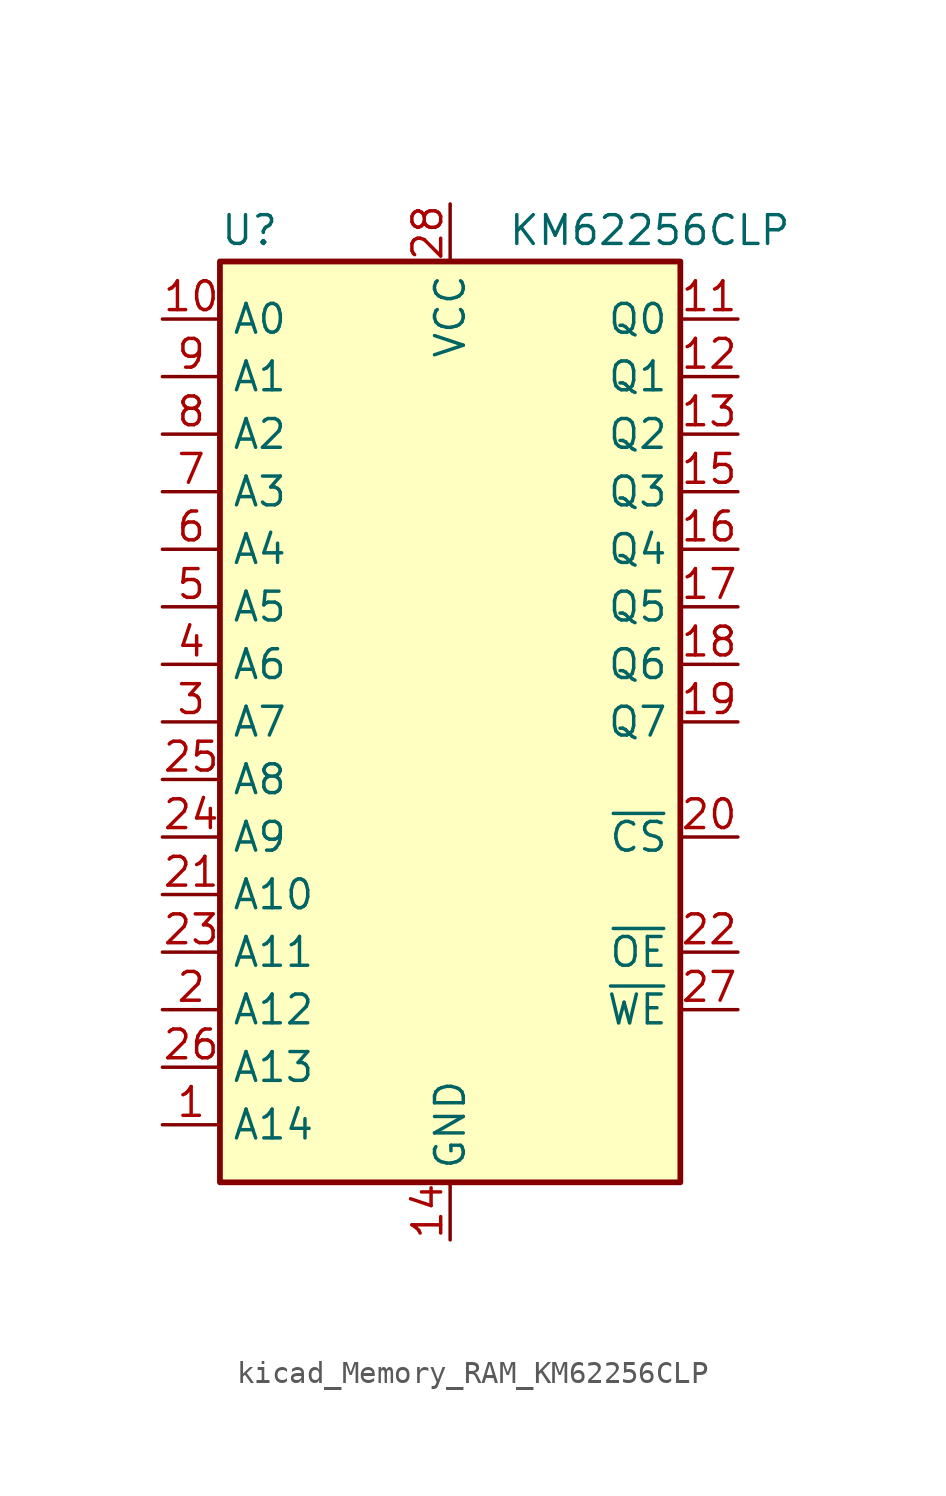
<source format=kicad_sym>
(kicad_symbol_lib
  (version 20220914)
  (generator kicad_symbol_editor)
  (symbol "kicad_Memory_RAM_KM62256CLP"
    (property "Reference" "U"
      (at -10.16 20.955 0)
      (effects (font (size 1.27 1.27)) (justify left bottom)))
    (property "Value" "KM62256CLP"
      (at 2.54 20.955 0)
      (effects (font (size 1.27 1.27)) (justify left bottom)))
    (symbol "kicad_Memory_RAM_KM62256CLP_0_0"
      (pin power_in line (at 0 -22.86 90) (length 2.54) (name "GND" (effects (font (size 1.27 1.27)))) (number "14" (effects (font (size 1.27 1.27)))))
      (pin power_in line (at 0 22.86 270) (length 2.54) (name "VCC" (effects (font (size 1.27 1.27)))) (number "28" (effects (font (size 1.27 1.27))))))
    (symbol "kicad_Memory_RAM_KM62256CLP_0_1"
      (rectangle (start -10.16 20.32) (end 10.16 -20.32) (stroke (width 0.254) (type default)) (fill (type background))))
    (symbol "kicad_Memory_RAM_KM62256CLP_1_1"
      (pin input line (at -12.7 -17.78 0) (length 2.54) (name "A14" (effects (font (size 1.27 1.27)))) (number "1" (effects (font (size 1.27 1.27)))))
      (pin input line (at -12.7 17.78 0) (length 2.54) (name "A0" (effects (font (size 1.27 1.27)))) (number "10" (effects (font (size 1.27 1.27)))))
      (pin tri_state line (at 12.7 17.78 180) (length 2.54) (name "Q0" (effects (font (size 1.27 1.27)))) (number "11" (effects (font (size 1.27 1.27)))))
      (pin tri_state line (at 12.7 15.24 180) (length 2.54) (name "Q1" (effects (font (size 1.27 1.27)))) (number "12" (effects (font (size 1.27 1.27)))))
      (pin tri_state line (at 12.7 12.7 180) (length 2.54) (name "Q2" (effects (font (size 1.27 1.27)))) (number "13" (effects (font (size 1.27 1.27)))))
      (pin tri_state line (at 12.7 10.16 180) (length 2.54) (name "Q3" (effects (font (size 1.27 1.27)))) (number "15" (effects (font (size 1.27 1.27)))))
      (pin tri_state line (at 12.7 7.62 180) (length 2.54) (name "Q4" (effects (font (size 1.27 1.27)))) (number "16" (effects (font (size 1.27 1.27)))))
      (pin tri_state line (at 12.7 5.08 180) (length 2.54) (name "Q5" (effects (font (size 1.27 1.27)))) (number "17" (effects (font (size 1.27 1.27)))))
      (pin tri_state line (at 12.7 2.54 180) (length 2.54) (name "Q6" (effects (font (size 1.27 1.27)))) (number "18" (effects (font (size 1.27 1.27)))))
      (pin tri_state line (at 12.7 0 180) (length 2.54) (name "Q7" (effects (font (size 1.27 1.27)))) (number "19" (effects (font (size 1.27 1.27)))))
      (pin input line (at -12.7 -12.7 0) (length 2.54) (name "A12" (effects (font (size 1.27 1.27)))) (number "2" (effects (font (size 1.27 1.27)))))
      (pin input line (at 12.7 -5.08 180) (length 2.54) (name "~{CS}" (effects (font (size 1.27 1.27)))) (number "20" (effects (font (size 1.27 1.27)))))
      (pin input line (at -12.7 -7.62 0) (length 2.54) (name "A10" (effects (font (size 1.27 1.27)))) (number "21" (effects (font (size 1.27 1.27)))))
      (pin input line (at 12.7 -10.16 180) (length 2.54) (name "~{OE}" (effects (font (size 1.27 1.27)))) (number "22" (effects (font (size 1.27 1.27)))))
      (pin input line (at -12.7 -10.16 0) (length 2.54) (name "A11" (effects (font (size 1.27 1.27)))) (number "23" (effects (font (size 1.27 1.27)))))
      (pin input line (at -12.7 -5.08 0) (length 2.54) (name "A9" (effects (font (size 1.27 1.27)))) (number "24" (effects (font (size 1.27 1.27)))))
      (pin input line (at -12.7 -2.54 0) (length 2.54) (name "A8" (effects (font (size 1.27 1.27)))) (number "25" (effects (font (size 1.27 1.27)))))
      (pin input line (at -12.7 -15.24 0) (length 2.54) (name "A13" (effects (font (size 1.27 1.27)))) (number "26" (effects (font (size 1.27 1.27)))))
      (pin input line (at 12.7 -12.7 180) (length 2.54) (name "~{WE}" (effects (font (size 1.27 1.27)))) (number "27" (effects (font (size 1.27 1.27)))))
      (pin input line (at -12.7 0 0) (length 2.54) (name "A7" (effects (font (size 1.27 1.27)))) (number "3" (effects (font (size 1.27 1.27)))))
      (pin input line (at -12.7 2.54 0) (length 2.54) (name "A6" (effects (font (size 1.27 1.27)))) (number "4" (effects (font (size 1.27 1.27)))))
      (pin input line (at -12.7 5.08 0) (length 2.54) (name "A5" (effects (font (size 1.27 1.27)))) (number "5" (effects (font (size 1.27 1.27)))))
      (pin input line (at -12.7 7.62 0) (length 2.54) (name "A4" (effects (font (size 1.27 1.27)))) (number "6" (effects (font (size 1.27 1.27)))))
      (pin input line (at -12.7 10.16 0) (length 2.54) (name "A3" (effects (font (size 1.27 1.27)))) (number "7" (effects (font (size 1.27 1.27)))))
      (pin input line (at -12.7 12.7 0) (length 2.54) (name "A2" (effects (font (size 1.27 1.27)))) (number "8" (effects (font (size 1.27 1.27)))))
      (pin input line (at -12.7 15.24 0) (length 2.54) (name "A1" (effects (font (size 1.27 1.27)))) (number "9" (effects (font (size 1.27 1.27))))))))
</source>
